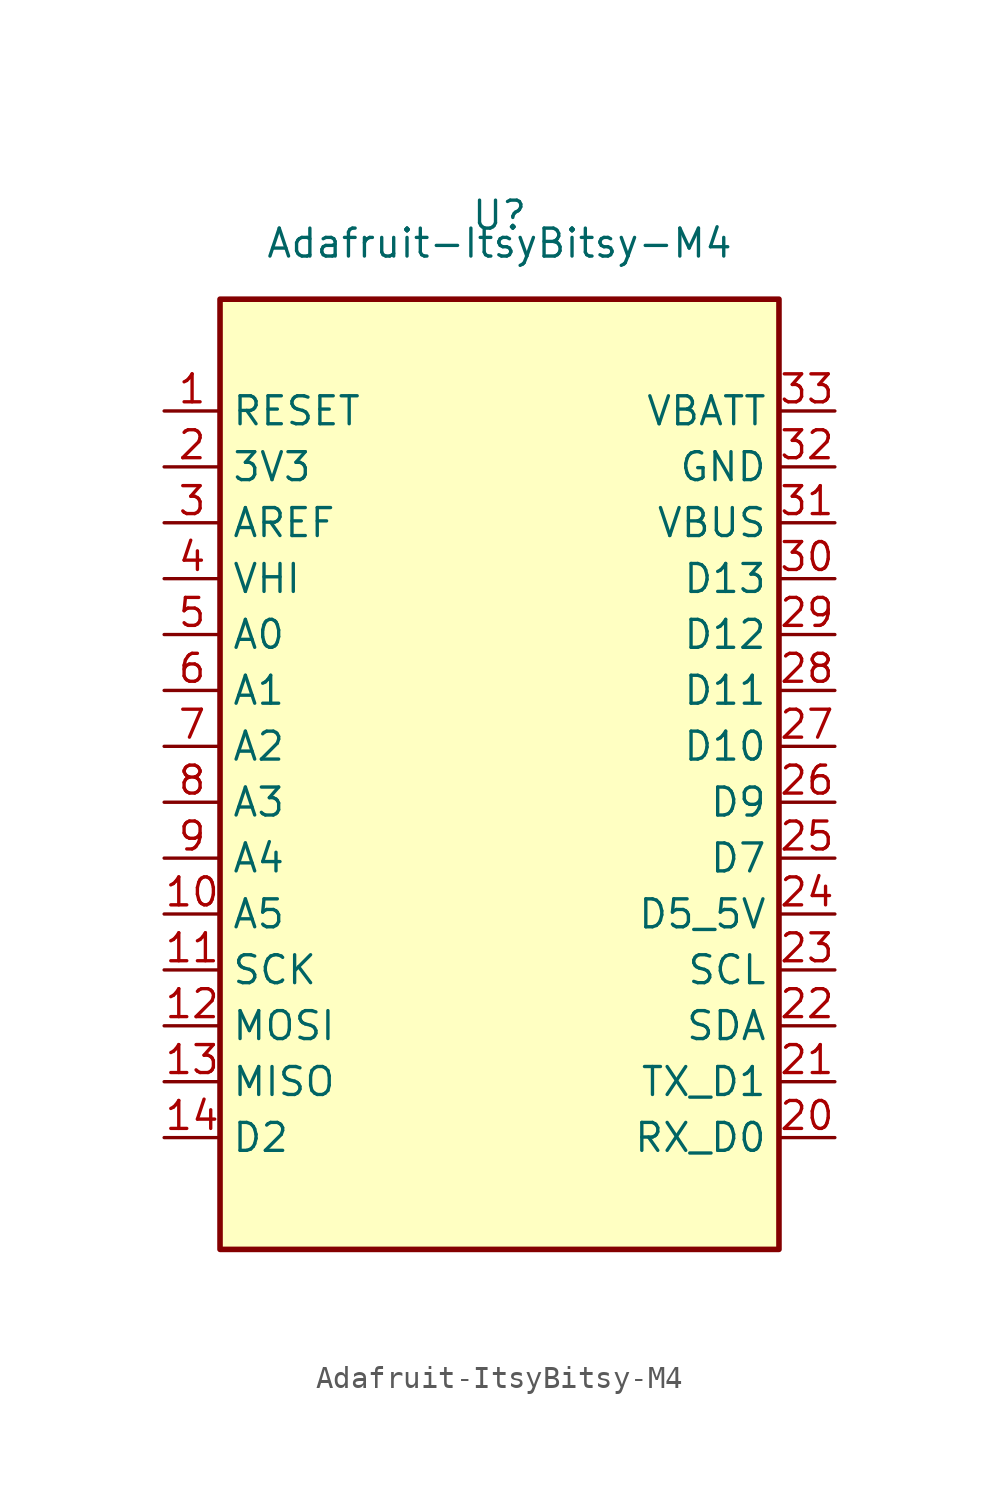
<source format=kicad_sym>
(kicad_symbol_lib
  (version 20211014)
  (generator kicad_symbol_editor)
  (symbol "Adafruit-ItsyBitsy-M4"
    (property "Reference" "U"
      (at 0 30.48 0)
      (effects (font (size 1.27 1.27))))
    (property "Value" "Adafruit-ItsyBitsy-M4"
      (at 0 29.21 0)
      (effects (font (size 1.27 1.27))))
    (symbol "Adafruit-ItsyBitsy-M4_0_1"
      (rectangle (start -12.7 26.67) (end 12.7 -16.51) (stroke (width 0.254) (type default) (color 0 0 0 0)) (fill (type background))))
    (symbol "Adafruit-ItsyBitsy-M4_1_1"
      (pin passive line (at -15.24 21.59 0) (length 2.54) (name "RESET" (effects (font (size 1.27 1.27)))) (number "1" (effects (font (size 1.27 1.27)))))
      (pin passive line (at -15.24 -1.27 0) (length 2.54) (name "A5" (effects (font (size 1.27 1.27)))) (number "10" (effects (font (size 1.27 1.27)))))
      (pin passive line (at -15.24 -3.81 0) (length 2.54) (name "SCK" (effects (font (size 1.27 1.27)))) (number "11" (effects (font (size 1.27 1.27)))))
      (pin passive line (at -15.24 -6.35 0) (length 2.54) (name "MOSI" (effects (font (size 1.27 1.27)))) (number "12" (effects (font (size 1.27 1.27)))))
      (pin passive line (at -15.24 -8.89 0) (length 2.54) (name "MISO" (effects (font (size 1.27 1.27)))) (number "13" (effects (font (size 1.27 1.27)))))
      (pin passive line (at -15.24 -11.43 0) (length 2.54) (name "D2" (effects (font (size 1.27 1.27)))) (number "14" (effects (font (size 1.27 1.27)))))
      (pin power_in line (at -15.24 19.05 0) (length 2.54) (name "3V3" (effects (font (size 1.27 1.27)))) (number "2" (effects (font (size 1.27 1.27)))))
      (pin passive line (at 15.24 -11.43 180) (length 2.54) (name "RX_D0" (effects (font (size 1.27 1.27)))) (number "20" (effects (font (size 1.27 1.27)))))
      (pin passive line (at 15.24 -8.89 180) (length 2.54) (name "TX_D1" (effects (font (size 1.27 1.27)))) (number "21" (effects (font (size 1.27 1.27)))))
      (pin passive line (at 15.24 -6.35 180) (length 2.54) (name "SDA" (effects (font (size 1.27 1.27)))) (number "22" (effects (font (size 1.27 1.27)))))
      (pin passive line (at 15.24 -3.81 180) (length 2.54) (name "SCL" (effects (font (size 1.27 1.27)))) (number "23" (effects (font (size 1.27 1.27)))))
      (pin passive line (at 15.24 -1.27 180) (length 2.54) (name "D5_5V" (effects (font (size 1.27 1.27)))) (number "24" (effects (font (size 1.27 1.27)))))
      (pin passive line (at 15.24 1.27 180) (length 2.54) (name "D7" (effects (font (size 1.27 1.27)))) (number "25" (effects (font (size 1.27 1.27)))))
      (pin passive line (at 15.24 3.81 180) (length 2.54) (name "D9" (effects (font (size 1.27 1.27)))) (number "26" (effects (font (size 1.27 1.27)))))
      (pin passive line (at 15.24 6.35 180) (length 2.54) (name "D10" (effects (font (size 1.27 1.27)))) (number "27" (effects (font (size 1.27 1.27)))))
      (pin passive line (at 15.24 8.89 180) (length 2.54) (name "D11" (effects (font (size 1.27 1.27)))) (number "28" (effects (font (size 1.27 1.27)))))
      (pin passive line (at 15.24 11.43 180) (length 2.54) (name "D12" (effects (font (size 1.27 1.27)))) (number "29" (effects (font (size 1.27 1.27)))))
      (pin passive line (at -15.24 16.51 0) (length 2.54) (name "AREF" (effects (font (size 1.27 1.27)))) (number "3" (effects (font (size 1.27 1.27)))))
      (pin passive line (at 15.24 13.97 180) (length 2.54) (name "D13" (effects (font (size 1.27 1.27)))) (number "30" (effects (font (size 1.27 1.27)))))
      (pin power_in line (at 15.24 16.51 180) (length 2.54) (name "VBUS" (effects (font (size 1.27 1.27)))) (number "31" (effects (font (size 1.27 1.27)))))
      (pin power_in line (at 15.24 19.05 180) (length 2.54) (name "GND" (effects (font (size 1.27 1.27)))) (number "32" (effects (font (size 1.27 1.27)))))
      (pin power_in line (at 15.24 21.59 180) (length 2.54) (name "VBATT" (effects (font (size 1.27 1.27)))) (number "33" (effects (font (size 1.27 1.27)))))
      (pin passive line (at -15.24 13.97 0) (length 2.54) (name "VHI" (effects (font (size 1.27 1.27)))) (number "4" (effects (font (size 1.27 1.27)))))
      (pin passive line (at -15.24 11.43 0) (length 2.54) (name "A0" (effects (font (size 1.27 1.27)))) (number "5" (effects (font (size 1.27 1.27)))))
      (pin passive line (at -15.24 8.89 0) (length 2.54) (name "A1" (effects (font (size 1.27 1.27)))) (number "6" (effects (font (size 1.27 1.27)))))
      (pin passive line (at -15.24 6.35 0) (length 2.54) (name "A2" (effects (font (size 1.27 1.27)))) (number "7" (effects (font (size 1.27 1.27)))))
      (pin passive line (at -15.24 3.81 0) (length 2.54) (name "A3" (effects (font (size 1.27 1.27)))) (number "8" (effects (font (size 1.27 1.27)))))
      (pin passive line (at -15.24 1.27 0) (length 2.54) (name "A4" (effects (font (size 1.27 1.27)))) (number "9" (effects (font (size 1.27 1.27))))))))
</source>
